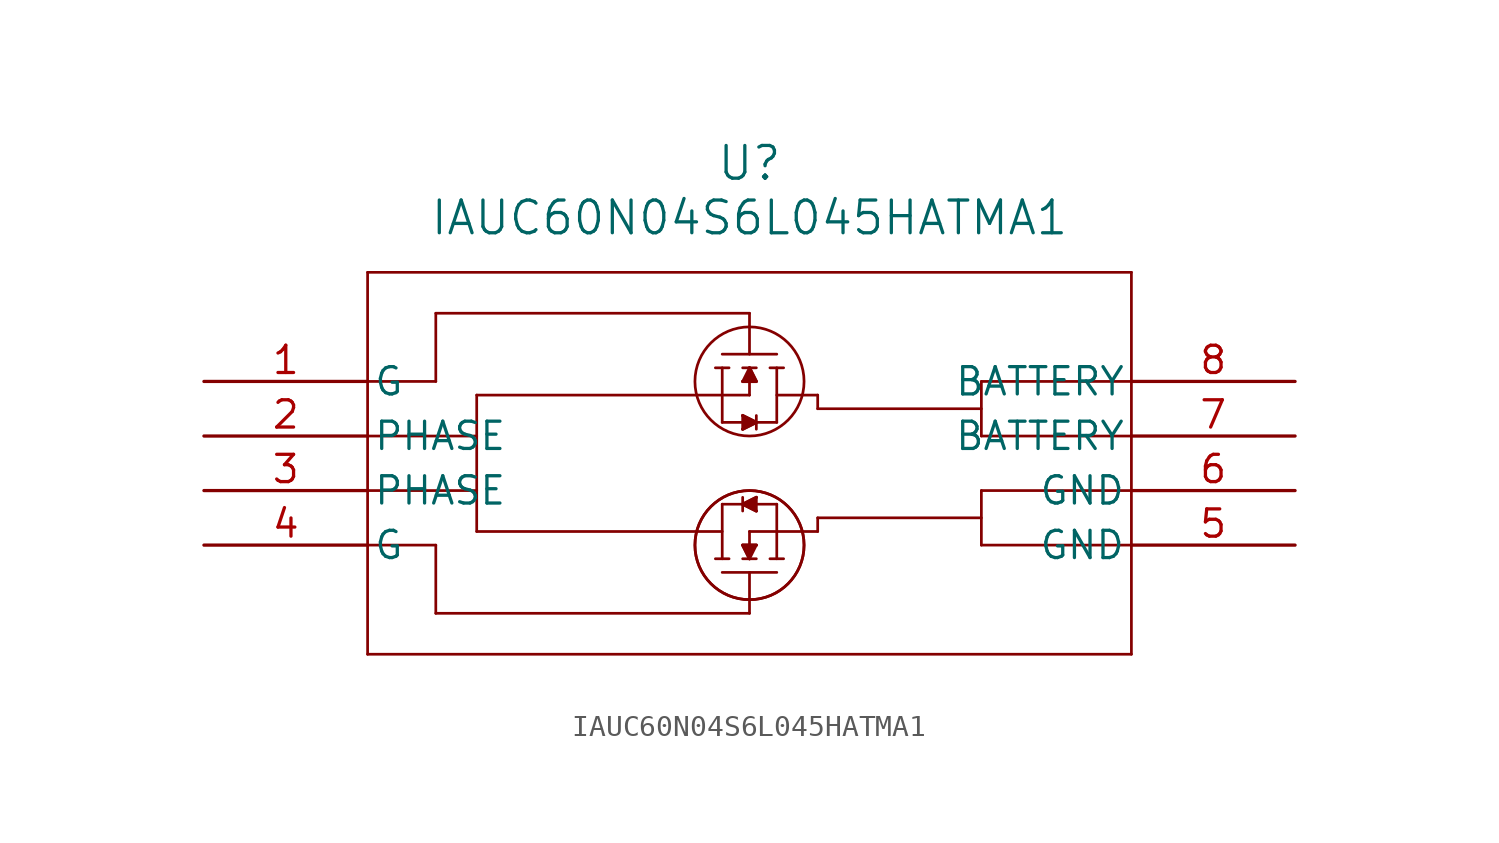
<source format=kicad_sym>
(kicad_symbol_lib
  (version 20211014)
  (generator kicad_symbol_editor)
  (symbol "IAUC60N04S6L045HATMA1"
    (pin_names
      (offset 0.254))
    (property "Reference" "U"
      (at 25.4 10.16 0)
      (effects (font (size 1.524 1.524))))
    (property "Value" "IAUC60N04S6L045HATMA1"
      (at 25.4 7.62 0)
      (effects (font (size 1.524 1.524))))
    (symbol "IAUC60N04S6L045HATMA1_0_1"
      (polyline (pts (xy 7.62 5.08) (xy 7.62 -12.7)) (stroke (width 0.127) (type default) (color 0 0 0 0)) (fill (type none)))
      (polyline (pts (xy 7.62 -12.7) (xy 43.18 -12.7)) (stroke (width 0.127) (type default) (color 0 0 0 0)) (fill (type none)))
      (polyline (pts (xy 43.18 -12.7) (xy 43.18 5.08)) (stroke (width 0.127) (type default) (color 0 0 0 0)) (fill (type none)))
      (polyline (pts (xy 43.18 5.08) (xy 7.62 5.08)) (stroke (width 0.127) (type default) (color 0 0 0 0)) (fill (type none)))
      (circle (center 25.4 0) (radius 2.54) (stroke (width 0.127) (type default) (color 0 0 0 0)) (fill (type none)))
      (circle (center 25.4 -7.62) (radius 2.54) (stroke (width 0.127) (type default) (color 0 0 0 0)) (fill (type none)))
      (polyline (pts (xy 24.13 1.27) (xy 26.67 1.27)) (stroke (width 0.127) (type default) (color 0 0 0 0)) (fill (type none)))
      (polyline (pts (xy 25.4 1.27) (xy 25.4 3.175)) (stroke (width 0.127) (type default) (color 0 0 0 0)) (fill (type none)))
      (polyline (pts (xy 24.13 0.635) (xy 24.13 -1.905)) (stroke (width 0.127) (type default) (color 0 0 0 0)) (fill (type none)))
      (polyline (pts (xy 24.13 -1.905) (xy 26.67 -1.905)) (stroke (width 0.127) (type default) (color 0 0 0 0)) (fill (type none)))
      (polyline (pts (xy 26.67 -1.905) (xy 26.67 0.635)) (stroke (width 0.127) (type default) (color 0 0 0 0)) (fill (type none)))
      (polyline (pts (xy 25.4 0.635) (xy 25.4 -0.635)) (stroke (width 0.127) (type default) (color 0 0 0 0)) (fill (type none)))
      (polyline (pts (xy 25.4 -0.635) (xy 12.7 -0.635)) (stroke (width 0.127) (type default) (color 0 0 0 0)) (fill (type none)))
      (polyline (pts (xy 26.67 -0.635) (xy 28.575 -0.635)) (stroke (width 0.127) (type default) (color 0 0 0 0)) (fill (type none)))
      (polyline (pts (xy 23.812 0.635) (xy 24.448 0.635)) (stroke (width 0.127) (type default) (color 0 0 0 0)) (fill (type none)))
      (polyline (pts (xy 25.082 0.635) (xy 25.718 0.635)) (stroke (width 0.127) (type default) (color 0 0 0 0)) (fill (type none)))
      (polyline (pts (xy 26.352 0.635) (xy 26.988 0.635)) (stroke (width 0.127) (type default) (color 0 0 0 0)) (fill (type none)))
      (polyline (pts (xy 25.4 0.635) (xy 25.082 0)) (stroke (width 0.127) (type default) (color 0 0 0 0)) (fill (type none)))
      (polyline (pts (xy 25.082 0) (xy 25.718 0)) (stroke (width 0.127) (type default) (color 0 0 0 0)) (fill (type none)))
      (polyline (pts (xy 25.718 0) (xy 25.4 0.635)) (stroke (width 0.127) (type default) (color 0 0 0 0)) (fill (type none)))
      (polyline (pts (xy 25.718 -1.587) (xy 25.718 -2.223)) (stroke (width 0.127) (type default) (color 0 0 0 0)) (fill (type none)))
      (polyline (pts (xy 25.718 -1.905) (xy 25.082 -1.587)) (stroke (width 0.127) (type default) (color 0 0 0 0)) (fill (type none)))
      (polyline (pts (xy 25.082 -1.587) (xy 25.082 -2.223)) (stroke (width 0.127) (type default) (color 0 0 0 0)) (fill (type none)))
      (polyline (pts (xy 25.082 -2.223) (xy 25.718 -1.905)) (stroke (width 0.127) (type default) (color 0 0 0 0)) (fill (type none)))
      (polyline (pts (xy 25.082 0) (xy 25.718 0) (xy 25.4 0.635)) (stroke (width 0) (type default) (color 0 0 0 0)) (fill (type outline)))
      (polyline (pts (xy 25.082 -2.223) (xy 25.718 -1.905) (xy 25.082 -1.587)) (stroke (width 0) (type default) (color 0 0 0 0)) (fill (type outline)))
      (circle (center 25.4 -7.62) (radius 2.54) (stroke (width 0.127) (type default) (color 0 0 0 0)) (fill (type none)))
      (polyline (pts (xy 26.67 -8.89) (xy 24.13 -8.89)) (stroke (width 0.127) (type default) (color 0 0 0 0)) (fill (type none)))
      (polyline (pts (xy 25.4 -8.89) (xy 25.4 -10.795)) (stroke (width 0.127) (type default) (color 0 0 0 0)) (fill (type none)))
      (polyline (pts (xy 26.67 -8.255) (xy 26.67 -5.715)) (stroke (width 0.127) (type default) (color 0 0 0 0)) (fill (type none)))
      (polyline (pts (xy 26.67 -5.715) (xy 24.13 -5.715)) (stroke (width 0.127) (type default) (color 0 0 0 0)) (fill (type none)))
      (polyline (pts (xy 24.13 -5.715) (xy 24.13 -8.255)) (stroke (width 0.127) (type default) (color 0 0 0 0)) (fill (type none)))
      (polyline (pts (xy 25.4 -8.255) (xy 25.4 -6.985)) (stroke (width 0.127) (type default) (color 0 0 0 0)) (fill (type none)))
      (polyline (pts (xy 25.4 -6.985) (xy 28.575 -6.985)) (stroke (width 0.127) (type default) (color 0 0 0 0)) (fill (type none)))
      (polyline (pts (xy 24.13 -6.985) (xy 12.7 -6.985)) (stroke (width 0.127) (type default) (color 0 0 0 0)) (fill (type none)))
      (polyline (pts (xy 26.988 -8.255) (xy 26.352 -8.255)) (stroke (width 0.127) (type default) (color 0 0 0 0)) (fill (type none)))
      (polyline (pts (xy 25.718 -8.255) (xy 25.082 -8.255)) (stroke (width 0.127) (type default) (color 0 0 0 0)) (fill (type none)))
      (polyline (pts (xy 24.448 -8.255) (xy 23.812 -8.255)) (stroke (width 0.127) (type default) (color 0 0 0 0)) (fill (type none)))
      (polyline (pts (xy 25.4 -8.255) (xy 25.718 -7.62)) (stroke (width 0.127) (type default) (color 0 0 0 0)) (fill (type none)))
      (polyline (pts (xy 25.718 -7.62) (xy 25.082 -7.62)) (stroke (width 0.127) (type default) (color 0 0 0 0)) (fill (type none)))
      (polyline (pts (xy 25.082 -7.62) (xy 25.4 -8.255)) (stroke (width 0.127) (type default) (color 0 0 0 0)) (fill (type none)))
      (polyline (pts (xy 25.082 -6.032) (xy 25.082 -5.397)) (stroke (width 0.127) (type default) (color 0 0 0 0)) (fill (type none)))
      (polyline (pts (xy 25.082 -5.715) (xy 25.718 -6.032)) (stroke (width 0.127) (type default) (color 0 0 0 0)) (fill (type none)))
      (polyline (pts (xy 25.718 -6.032) (xy 25.718 -5.397)) (stroke (width 0.127) (type default) (color 0 0 0 0)) (fill (type none)))
      (polyline (pts (xy 25.718 -5.397) (xy 25.082 -5.715)) (stroke (width 0.127) (type default) (color 0 0 0 0)) (fill (type none)))
      (polyline (pts (xy 25.718 -7.62) (xy 25.082 -7.62) (xy 25.4 -8.255)) (stroke (width 0) (type default) (color 0 0 0 0)) (fill (type outline)))
      (polyline (pts (xy 25.718 -5.397) (xy 25.082 -5.715) (xy 25.718 -6.032)) (stroke (width 0) (type default) (color 0 0 0 0)) (fill (type outline)))
      (polyline (pts (xy 7.62 -2.54) (xy 12.7 -2.54)) (stroke (width 0.127) (type default) (color 0 0 0 0)) (fill (type none)))
      (polyline (pts (xy 7.62 -5.08) (xy 12.7 -5.08)) (stroke (width 0.127) (type default) (color 0 0 0 0)) (fill (type none)))
      (polyline (pts (xy 12.7 -0.635) (xy 12.7 -6.985)) (stroke (width 0.127) (type default) (color 0 0 0 0)) (fill (type none)))
      (polyline (pts (xy 7.62 0) (xy 10.795 0)) (stroke (width 0.127) (type default) (color 0 0 0 0)) (fill (type none)))
      (polyline (pts (xy 25.4 3.175) (xy 10.795 3.175)) (stroke (width 0.127) (type default) (color 0 0 0 0)) (fill (type none)))
      (polyline (pts (xy 10.795 3.175) (xy 10.795 0)) (stroke (width 0.127) (type default) (color 0 0 0 0)) (fill (type none)))
      (polyline (pts (xy 25.4 -10.795) (xy 10.795 -10.795)) (stroke (width 0.127) (type default) (color 0 0 0 0)) (fill (type none)))
      (polyline (pts (xy 10.795 -10.795) (xy 10.795 -7.62)) (stroke (width 0.127) (type default) (color 0 0 0 0)) (fill (type none)))
      (polyline (pts (xy 10.795 -7.62) (xy 7.62 -7.62)) (stroke (width 0.127) (type default) (color 0 0 0 0)) (fill (type none)))
      (polyline (pts (xy 43.18 0) (xy 36.195 0)) (stroke (width 0.127) (type default) (color 0 0 0 0)) (fill (type none)))
      (polyline (pts (xy 36.195 0) (xy 36.195 -2.54)) (stroke (width 0.127) (type default) (color 0 0 0 0)) (fill (type none)))
      (polyline (pts (xy 36.195 -2.54) (xy 43.18 -2.54)) (stroke (width 0.127) (type default) (color 0 0 0 0)) (fill (type none)))
      (polyline (pts (xy 43.18 -5.08) (xy 36.195 -5.08)) (stroke (width 0.127) (type default) (color 0 0 0 0)) (fill (type none)))
      (polyline (pts (xy 43.18 -7.62) (xy 36.195 -7.62)) (stroke (width 0.127) (type default) (color 0 0 0 0)) (fill (type none)))
      (polyline (pts (xy 36.195 -7.62) (xy 36.195 -5.08)) (stroke (width 0.127) (type default) (color 0 0 0 0)) (fill (type none)))
      (polyline (pts (xy 36.195 -6.35) (xy 28.575 -6.35)) (stroke (width 0.127) (type default) (color 0 0 0 0)) (fill (type none)))
      (polyline (pts (xy 28.575 -6.35) (xy 28.575 -6.985)) (stroke (width 0.127) (type default) (color 0 0 0 0)) (fill (type none)))
      (polyline (pts (xy 36.195 -1.27) (xy 28.575 -1.27)) (stroke (width 0.127) (type default) (color 0 0 0 0)) (fill (type none)))
      (polyline (pts (xy 28.575 -0.635) (xy 28.575 -1.27)) (stroke (width 0.127) (type default) (color 0 0 0 0)) (fill (type none)))
      (pin unspecified line (at 0 0 0) (length 7.62) (name "G" (effects (font (size 1.27 1.27)))) (number "1" (effects (font (size 1.27 1.27)))))
      (pin unspecified line (at 0 -2.54 0) (length 7.62) (name "PHASE" (effects (font (size 1.27 1.27)))) (number "2" (effects (font (size 1.27 1.27)))))
      (pin unspecified line (at 0 -5.08 0) (length 7.62) (name "PHASE" (effects (font (size 1.27 1.27)))) (number "3" (effects (font (size 1.27 1.27)))))
      (pin unspecified line (at 0 -7.62 0) (length 7.62) (name "G" (effects (font (size 1.27 1.27)))) (number "4" (effects (font (size 1.27 1.27)))))
      (pin power_out line (at 50.8 -7.62 180) (length 7.62) (name "GND" (effects (font (size 1.27 1.27)))) (number "5" (effects (font (size 1.27 1.27)))))
      (pin power_out line (at 50.8 -5.08 180) (length 7.62) (name "GND" (effects (font (size 1.27 1.27)))) (number "6" (effects (font (size 1.27 1.27)))))
      (pin unspecified line (at 50.8 -2.54 180) (length 7.62) (name "BATTERY" (effects (font (size 1.27 1.27)))) (number "7" (effects (font (size 1.27 1.27)))))
      (pin unspecified line (at 50.8 0 180) (length 7.62) (name "BATTERY" (effects (font (size 1.27 1.27)))) (number "8" (effects (font (size 1.27 1.27))))))))
</source>
